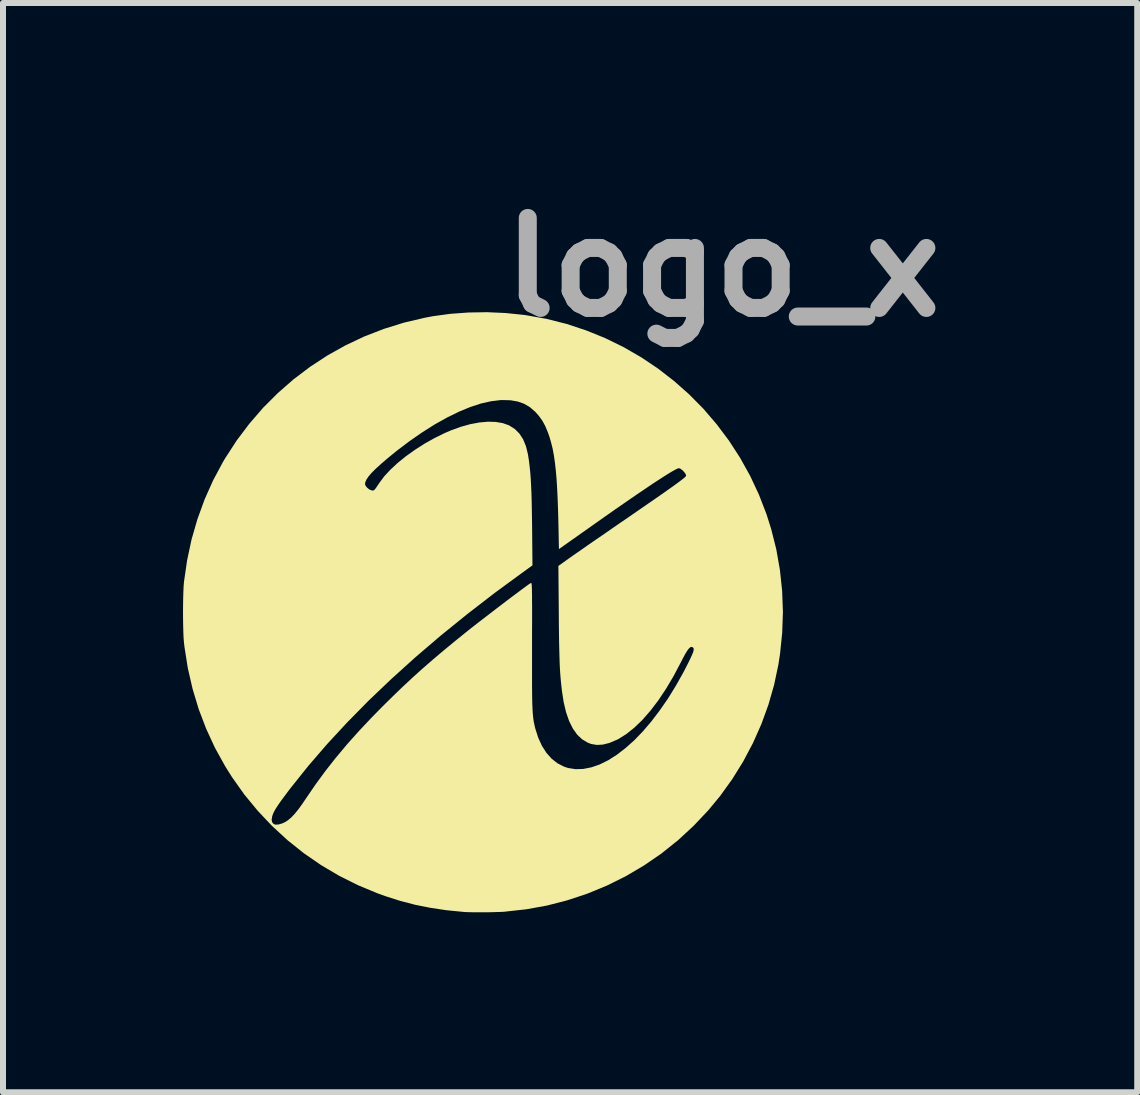
<source format=kicad_pcb>
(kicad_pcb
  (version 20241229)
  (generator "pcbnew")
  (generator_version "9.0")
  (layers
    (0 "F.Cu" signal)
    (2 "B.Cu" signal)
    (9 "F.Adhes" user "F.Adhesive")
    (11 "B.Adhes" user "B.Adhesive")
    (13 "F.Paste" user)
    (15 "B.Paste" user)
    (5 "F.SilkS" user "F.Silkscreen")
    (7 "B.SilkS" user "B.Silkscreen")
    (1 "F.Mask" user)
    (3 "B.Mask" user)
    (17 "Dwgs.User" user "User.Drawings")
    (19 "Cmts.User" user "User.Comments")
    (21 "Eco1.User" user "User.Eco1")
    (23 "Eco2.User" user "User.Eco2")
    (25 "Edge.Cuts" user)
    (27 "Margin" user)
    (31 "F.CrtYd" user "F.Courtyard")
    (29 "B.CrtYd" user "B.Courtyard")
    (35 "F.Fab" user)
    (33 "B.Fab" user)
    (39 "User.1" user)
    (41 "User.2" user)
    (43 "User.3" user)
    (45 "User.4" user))
  (footprint "logo_x"
    (layer "F.Cu")
    (at 4.996 7.154)
    (property "Reference" "logo_x" (at 4 -5.75 0) (layer "F.Fab") (effects (font (size 1.5 1.5) (thickness 0.3))))
    (attr board_only exclude_from_pos_files exclude_from_bom)
    (fp_poly (pts (xy 0.383 -4.987) (xy 0.683 -4.956) (xy 0.719 -4.951) (xy 1.062 -4.89) (xy 1.398 -4.805) (xy 1.724 -4.697) (xy 2.04 -4.569) (xy 2.346 -4.419) (xy 2.639 -4.25) (xy 2.921 -4.061) (xy 3.188 -3.854) (xy 3.441 -3.63) (xy 3.679 -3.389) (xy 3.9 -3.131) (xy 4.104 -2.859) (xy 4.289 -2.573) (xy 4.456 -2.273) (xy 4.602 -1.961) (xy 4.728 -1.636) (xy 4.807 -1.385) (xy 4.892 -1.048) (xy 4.952 -0.705) (xy 4.989 -0.358) (xy 5.002 -0.008) (xy 4.99 0.343) (xy 4.954 0.693) (xy 4.927 0.87) (xy 4.856 1.207) (xy 4.761 1.539) (xy 4.643 1.864) (xy 4.502 2.181) (xy 4.34 2.487) (xy 4.157 2.782) (xy 3.954 3.064) (xy 3.757 3.302) (xy 3.512 3.561) (xy 3.252 3.801) (xy 2.977 4.021) (xy 2.688 4.219) (xy 2.385 4.398) (xy 2.069 4.555) (xy 1.739 4.691) (xy 1.731 4.694) (xy 1.403 4.802) (xy 1.069 4.888) (xy 0.727 4.95) (xy 0.374 4.989) (xy 0.37 4.99) (xy 0.308 4.994) (xy 0.228 4.996) (xy 0.136 4.999) (xy 0.039 5) (xy -0.059 5) (xy -0.151 5) (xy -0.233 4.998) (xy -0.297 4.996) (xy -0.319 4.994) (xy -0.604 4.966) (xy -0.871 4.926) (xy -1.127 4.875) (xy -1.377 4.81) (xy -1.627 4.73) (xy -1.757 4.683) (xy -2.082 4.548) (xy -2.395 4.391) (xy -2.695 4.214) (xy -2.982 4.016) (xy -3.254 3.799) (xy -3.51 3.563) (xy -3.612 3.456) (xy -3.519 3.456) (xy -3.511 3.499) (xy -3.484 3.53) (xy -3.484 3.53) (xy -3.45 3.54) (xy -3.401 3.536) (xy -3.345 3.52) (xy -3.3 3.5) (xy -3.247 3.466) (xy -3.193 3.421) (xy -3.136 3.361) (xy -3.074 3.285) (xy -3.006 3.191) (xy -2.948 3.105) (xy -2.788 2.871) (xy -2.622 2.644) (xy -2.447 2.422) (xy -2.261 2.2) (xy -2.061 1.976) (xy -1.844 1.746) (xy -1.676 1.575) (xy -1.505 1.406) (xy -1.339 1.246) (xy -1.175 1.093) (xy -1.008 0.942) (xy -0.834 0.791) (xy -0.65 0.635) (xy -0.452 0.472) (xy -0.285 0.337) (xy -0.221 0.286) (xy -0.145 0.226) (xy -0.06 0.16) (xy 0.031 0.09) (xy 0.126 0.017) (xy 0.222 -0.057) (xy 0.319 -0.131) (xy 0.412 -0.202) (xy 0.501 -0.269) (xy 0.583 -0.33) (xy 0.655 -0.384) (xy 0.715 -0.428) (xy 0.762 -0.462) (xy 0.792 -0.482) (xy 0.8 -0.488) (xy 0.804 -0.489) (xy 0.808 -0.488) (xy 0.811 -0.482) (xy 0.813 -0.471) (xy 0.816 -0.452) (xy 0.817 -0.424) (xy 0.819 -0.385) (xy 0.82 -0.335) (xy 0.821 -0.271) (xy 0.821 -0.192) (xy 0.822 -0.096) (xy 0.822 0.019) (xy 0.822 0.153) (xy 0.821 0.308) (xy 0.821 0.487) (xy 0.821 0.554) (xy 0.821 0.752) (xy 0.821 0.926) (xy 0.821 1.08) (xy 0.821 1.214) (xy 0.822 1.33) (xy 0.823 1.43) (xy 0.825 1.516) (xy 0.828 1.589) (xy 0.831 1.652) (xy 0.835 1.707) (xy 0.84 1.754) (xy 0.845 1.796) (xy 0.852 1.835) (xy 0.86 1.872) (xy 0.868 1.91) (xy 0.876 1.941) (xy 0.924 2.091) (xy 0.986 2.226) (xy 1.06 2.342) (xy 1.147 2.44) (xy 1.245 2.517) (xy 1.352 2.572) (xy 1.42 2.595) (xy 1.545 2.615) (xy 1.676 2.611) (xy 1.811 2.584) (xy 1.95 2.536) (xy 2.091 2.466) (xy 2.234 2.375) (xy 2.378 2.264) (xy 2.523 2.135) (xy 2.667 1.986) (xy 2.809 1.82) (xy 2.949 1.636) (xy 3.087 1.437) (xy 3.22 1.221) (xy 3.349 0.991) (xy 3.419 0.854) (xy 3.459 0.772) (xy 3.488 0.709) (xy 3.507 0.662) (xy 3.515 0.628) (xy 3.515 0.605) (xy 3.506 0.589) (xy 3.499 0.584) (xy 3.479 0.577) (xy 3.458 0.583) (xy 3.435 0.604) (xy 3.407 0.641) (xy 3.373 0.697) (xy 3.332 0.773) (xy 3.301 0.834) (xy 3.179 1.065) (xy 3.053 1.277) (xy 2.925 1.469) (xy 2.793 1.642) (xy 2.66 1.794) (xy 2.526 1.923) (xy 2.392 2.03) (xy 2.259 2.113) (xy 2.232 2.126) (xy 2.113 2.177) (xy 2.003 2.205) (xy 1.902 2.211) (xy 1.806 2.195) (xy 1.747 2.172) (xy 1.654 2.116) (xy 1.572 2.038) (xy 1.5 1.936) (xy 1.439 1.813) (xy 1.388 1.666) (xy 1.348 1.497) (xy 1.32 1.316) (xy 1.311 1.238) (xy 1.303 1.162) (xy 1.296 1.087) (xy 1.29 1.01) (xy 1.285 0.927) (xy 1.281 0.838) (xy 1.278 0.738) (xy 1.275 0.625) (xy 1.272 0.498) (xy 1.27 0.353) (xy 1.268 0.187) (xy 1.267 0.023) (xy 1.26 -0.772) (xy 1.452 -0.909) (xy 1.499 -0.942) (xy 1.563 -0.987) (xy 1.643 -1.042) (xy 1.735 -1.107) (xy 1.838 -1.178) (xy 1.949 -1.254) (xy 2.065 -1.334) (xy 2.183 -1.416) (xy 2.27 -1.476) (xy 2.45 -1.599) (xy 2.61 -1.71) (xy 2.752 -1.808) (xy 2.877 -1.894) (xy 2.985 -1.969) (xy 3.077 -2.034) (xy 3.155 -2.089) (xy 3.22 -2.136) (xy 3.272 -2.174) (xy 3.314 -2.206) (xy 3.345 -2.23) (xy 3.367 -2.249) (xy 3.381 -2.263) (xy 3.388 -2.273) (xy 3.389 -2.277) (xy 3.38 -2.305) (xy 3.355 -2.339) (xy 3.323 -2.371) (xy 3.291 -2.394) (xy 3.267 -2.401) (xy 3.243 -2.394) (xy 3.199 -2.372) (xy 3.136 -2.336) (xy 3.054 -2.286) (xy 2.955 -2.222) (xy 2.838 -2.146) (xy 2.705 -2.056) (xy 2.555 -1.955) (xy 2.39 -1.841) (xy 2.209 -1.716) (xy 2.014 -1.579) (xy 1.826 -1.446) (xy 1.269 -1.053) (xy 1.261 -1.461) (xy 1.255 -1.686) (xy 1.248 -1.887) (xy 1.239 -2.068) (xy 1.229 -2.229) (xy 1.216 -2.374) (xy 1.201 -2.504) (xy 1.184 -2.621) (xy 1.164 -2.727) (xy 1.14 -2.824) (xy 1.114 -2.915) (xy 1.085 -2.998) (xy 1.041 -3.104) (xy 0.993 -3.192) (xy 0.937 -3.27) (xy 0.875 -3.34) (xy 0.788 -3.416) (xy 0.691 -3.474) (xy 0.584 -3.512) (xy 0.464 -3.533) (xy 0.327 -3.537) (xy 0.294 -3.536) (xy 0.138 -3.517) (xy -0.031 -3.479) (xy -0.21 -3.42) (xy -0.399 -3.342) (xy -0.596 -3.245) (xy -0.8 -3.131) (xy -1.009 -2.999) (xy -1.222 -2.851) (xy -1.439 -2.687) (xy -1.583 -2.569) (xy -1.693 -2.475) (xy -1.783 -2.393) (xy -1.854 -2.322) (xy -1.906 -2.261) (xy -1.941 -2.208) (xy -1.959 -2.163) (xy -1.963 -2.136) (xy -1.953 -2.108) (xy -1.928 -2.077) (xy -1.894 -2.049) (xy -1.859 -2.033) (xy -1.855 -2.032) (xy -1.837 -2.029) (xy -1.822 -2.03) (xy -1.808 -2.038) (xy -1.792 -2.056) (xy -1.769 -2.088) (xy -1.737 -2.136) (xy -1.723 -2.157) (xy -1.642 -2.266) (xy -1.539 -2.377) (xy -1.418 -2.489) (xy -1.281 -2.6) (xy -1.131 -2.707) (xy -0.972 -2.809) (xy -0.806 -2.902) (xy -0.636 -2.986) (xy -0.529 -3.032) (xy -0.366 -3.091) (xy -0.208 -3.135) (xy -0.057 -3.163) (xy 0.086 -3.176) (xy 0.216 -3.172) (xy 0.334 -3.152) (xy 0.435 -3.116) (xy 0.441 -3.113) (xy 0.534 -3.054) (xy 0.611 -2.977) (xy 0.672 -2.883) (xy 0.719 -2.769) (xy 0.752 -2.636) (xy 0.756 -2.61) (xy 0.77 -2.521) (xy 0.781 -2.429) (xy 0.791 -2.333) (xy 0.799 -2.229) (xy 0.805 -2.115) (xy 0.811 -1.988) (xy 0.815 -1.845) (xy 0.818 -1.684) (xy 0.821 -1.501) (xy 0.822 -1.419) (xy 0.828 -0.782) (xy 0.68 -0.675) (xy 0.201 -0.324) (xy -0.259 0.031) (xy -0.701 0.389) (xy -1.122 0.749) (xy -1.523 1.111) (xy -1.903 1.473) (xy -2.261 1.837) (xy -2.596 2.199) (xy -2.908 2.561) (xy -3.196 2.921) (xy -3.231 2.966) (xy -3.305 3.065) (xy -3.365 3.146) (xy -3.412 3.214) (xy -3.448 3.269) (xy -3.475 3.316) (xy -3.494 3.356) (xy -3.507 3.392) (xy -3.509 3.397) (xy -3.519 3.456) (xy -3.612 3.456) (xy -3.75 3.309) (xy -3.973 3.039) (xy -4.177 2.751) (xy -4.291 2.57) (xy -4.462 2.262) (xy -4.609 1.944) (xy -4.734 1.616) (xy -4.836 1.278) (xy -4.916 0.931) (xy -4.972 0.574) (xy -4.98 0.506) (xy -4.986 0.436) (xy -4.99 0.345) (xy -4.993 0.239) (xy -4.995 0.123) (xy -4.996 0.002) (xy -4.995 -0.119) (xy -4.993 -0.235) (xy -4.99 -0.341) (xy -4.986 -0.433) (xy -4.98 -0.504) (xy -4.98 -0.506) (xy -4.928 -0.864) (xy -4.854 -1.212) (xy -4.756 -1.551) (xy -4.636 -1.881) (xy -4.494 -2.199) (xy -4.329 -2.507) (xy -4.295 -2.564) (xy -4.102 -2.862) (xy -3.89 -3.143) (xy -3.661 -3.408) (xy -3.415 -3.654) (xy -3.154 -3.882) (xy -2.878 -4.091) (xy -2.589 -4.28) (xy -2.287 -4.449) (xy -1.973 -4.597) (xy -1.648 -4.723) (xy -1.313 -4.827) (xy -0.969 -4.908) (xy -0.832 -4.934) (xy -0.539 -4.974) (xy -0.235 -4.996) (xy 0.074 -5.001)) (stroke (width 0) (type solid)) (fill yes) (layer "F.SilkS")))
  (gr_rect
    (start -3 -3)
    (end 15.903 15.154)
    (stroke (width 0.1) (type default))
    (fill no)
    (layer "Edge.Cuts")))
</source>
